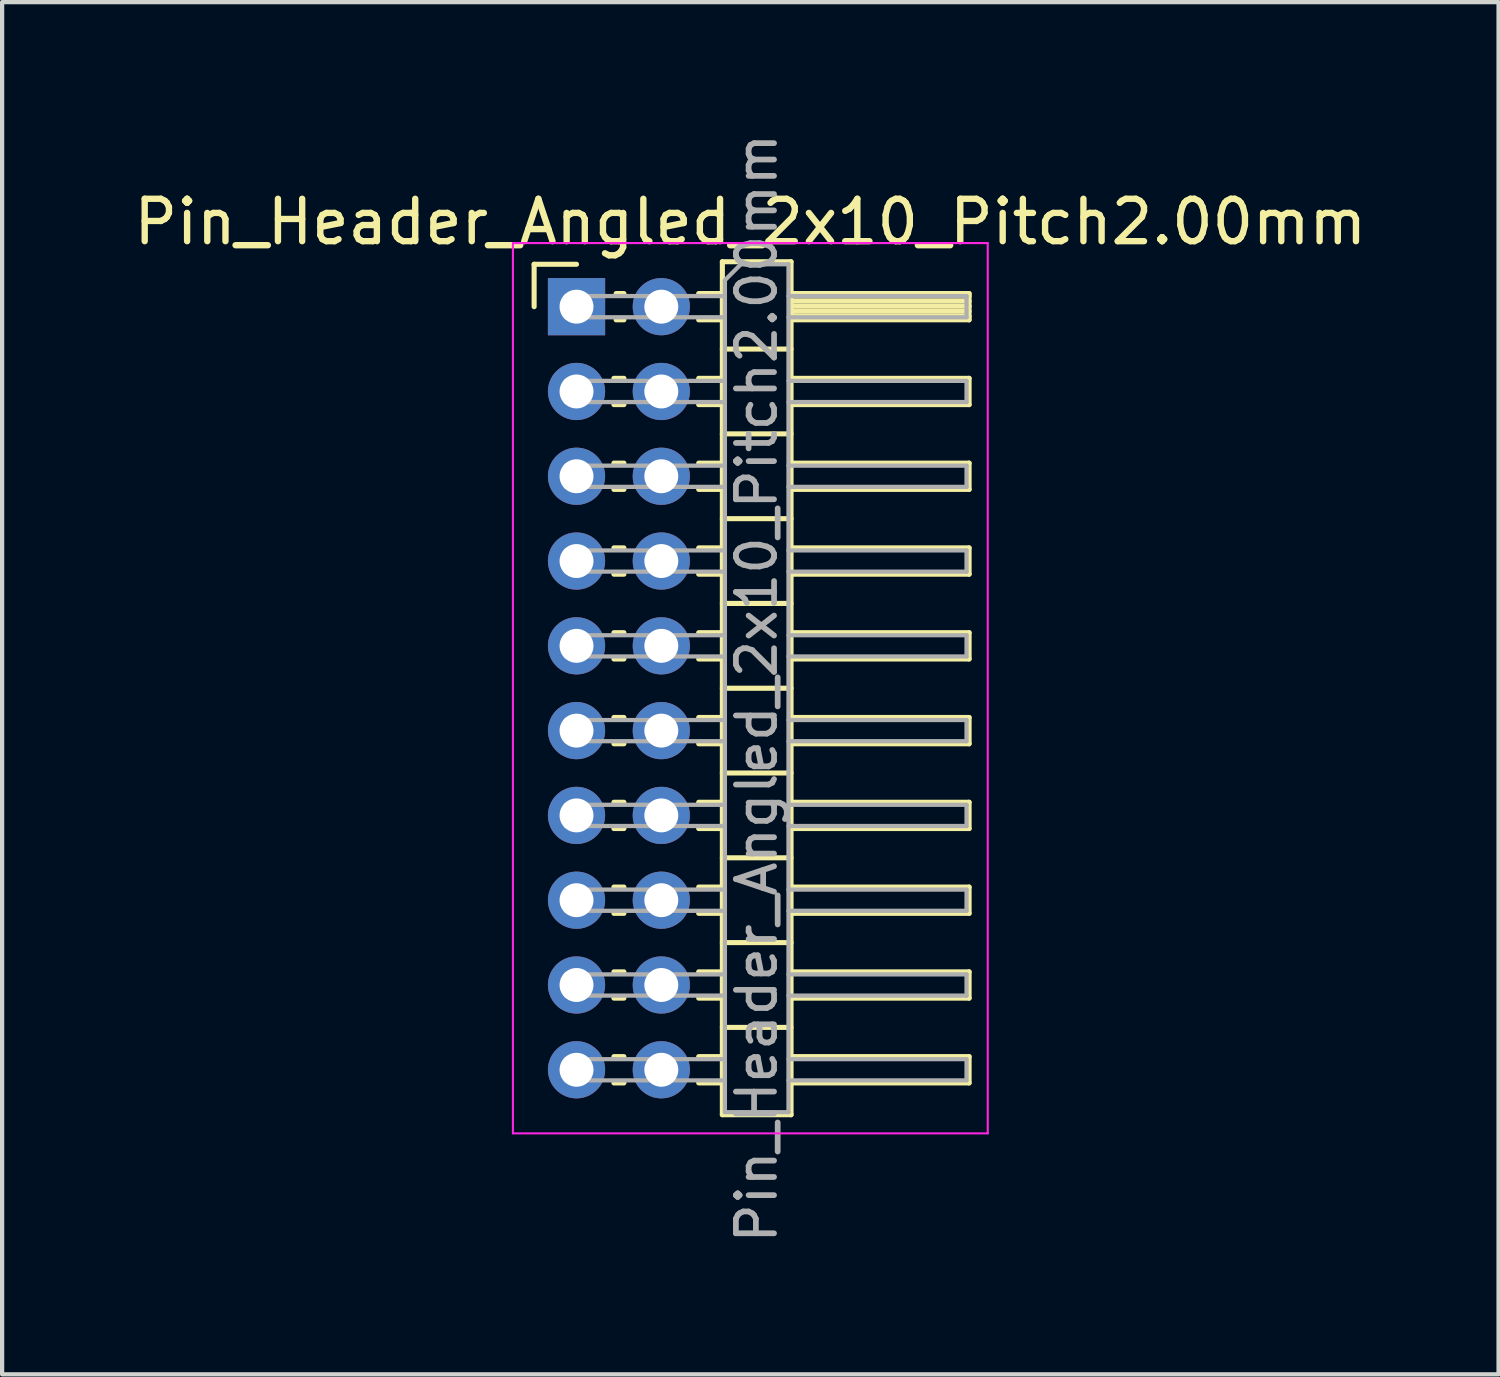
<source format=kicad_pcb>
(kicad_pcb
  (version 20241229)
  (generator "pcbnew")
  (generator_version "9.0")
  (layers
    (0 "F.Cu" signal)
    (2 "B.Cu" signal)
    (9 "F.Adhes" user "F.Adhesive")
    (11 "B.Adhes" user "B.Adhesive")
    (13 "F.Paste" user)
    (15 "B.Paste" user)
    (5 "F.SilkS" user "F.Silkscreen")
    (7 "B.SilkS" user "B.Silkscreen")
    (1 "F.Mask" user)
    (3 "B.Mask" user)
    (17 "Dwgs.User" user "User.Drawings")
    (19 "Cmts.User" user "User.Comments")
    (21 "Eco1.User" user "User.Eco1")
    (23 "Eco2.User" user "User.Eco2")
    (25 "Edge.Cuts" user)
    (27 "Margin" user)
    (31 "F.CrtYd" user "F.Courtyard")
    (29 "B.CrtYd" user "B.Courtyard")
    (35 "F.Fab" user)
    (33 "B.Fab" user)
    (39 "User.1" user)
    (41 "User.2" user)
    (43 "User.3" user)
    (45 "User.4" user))
  (footprint "Pin_Header_Angled_2x10_Pitch2.00mm"
    (layer "F.Cu")
    (at 10.549 4.184)
    (property "Reference" "Pin_Header_Angled_2x10_Pitch2.00mm" (at 4.1 -2 0) (layer "F.SilkS") (effects (font (size 1 1) (thickness 0.15))))
    (attr through_hole)
    (fp_line (start -1 -1) (end 0 -1) (stroke (width 0.12) (type solid)) (layer "F.SilkS"))
    (fp_line (start -1 0) (end -1 -1) (stroke (width 0.12) (type solid)) (layer "F.SilkS"))
    (fp_line (start 0.882 1.69) (end 1.118 1.69) (stroke (width 0.12) (type solid)) (layer "F.SilkS"))
    (fp_line (start 0.882 2.31) (end 1.118 2.31) (stroke (width 0.12) (type solid)) (layer "F.SilkS"))
    (fp_line (start 0.882 3.69) (end 1.118 3.69) (stroke (width 0.12) (type solid)) (layer "F.SilkS"))
    (fp_line (start 0.882 4.31) (end 1.118 4.31) (stroke (width 0.12) (type solid)) (layer "F.SilkS"))
    (fp_line (start 0.882 5.69) (end 1.118 5.69) (stroke (width 0.12) (type solid)) (layer "F.SilkS"))
    (fp_line (start 0.882 6.31) (end 1.118 6.31) (stroke (width 0.12) (type solid)) (layer "F.SilkS"))
    (fp_line (start 0.882 7.69) (end 1.118 7.69) (stroke (width 0.12) (type solid)) (layer "F.SilkS"))
    (fp_line (start 0.882 8.31) (end 1.118 8.31) (stroke (width 0.12) (type solid)) (layer "F.SilkS"))
    (fp_line (start 0.882 9.69) (end 1.118 9.69) (stroke (width 0.12) (type solid)) (layer "F.SilkS"))
    (fp_line (start 0.882 10.31) (end 1.118 10.31) (stroke (width 0.12) (type solid)) (layer "F.SilkS"))
    (fp_line (start 0.882 11.69) (end 1.118 11.69) (stroke (width 0.12) (type solid)) (layer "F.SilkS"))
    (fp_line (start 0.882 12.31) (end 1.118 12.31) (stroke (width 0.12) (type solid)) (layer "F.SilkS"))
    (fp_line (start 0.882 13.69) (end 1.118 13.69) (stroke (width 0.12) (type solid)) (layer "F.SilkS"))
    (fp_line (start 0.882 14.31) (end 1.118 14.31) (stroke (width 0.12) (type solid)) (layer "F.SilkS"))
    (fp_line (start 0.882 15.69) (end 1.118 15.69) (stroke (width 0.12) (type solid)) (layer "F.SilkS"))
    (fp_line (start 0.882 16.31) (end 1.118 16.31) (stroke (width 0.12) (type solid)) (layer "F.SilkS"))
    (fp_line (start 0.882 17.69) (end 1.118 17.69) (stroke (width 0.12) (type solid)) (layer "F.SilkS"))
    (fp_line (start 0.882 18.31) (end 1.118 18.31) (stroke (width 0.12) (type solid)) (layer "F.SilkS"))
    (fp_line (start 0.935 -0.31) (end 1.118 -0.31) (stroke (width 0.12) (type solid)) (layer "F.SilkS"))
    (fp_line (start 0.935 0.31) (end 1.118 0.31) (stroke (width 0.12) (type solid)) (layer "F.SilkS"))
    (fp_line (start 2.882 -0.31) (end 3.44 -0.31) (stroke (width 0.12) (type solid)) (layer "F.SilkS"))
    (fp_line (start 2.882 0.31) (end 3.44 0.31) (stroke (width 0.12) (type solid)) (layer "F.SilkS"))
    (fp_line (start 2.882 1.69) (end 3.44 1.69) (stroke (width 0.12) (type solid)) (layer "F.SilkS"))
    (fp_line (start 2.882 2.31) (end 3.44 2.31) (stroke (width 0.12) (type solid)) (layer "F.SilkS"))
    (fp_line (start 2.882 3.69) (end 3.44 3.69) (stroke (width 0.12) (type solid)) (layer "F.SilkS"))
    (fp_line (start 2.882 4.31) (end 3.44 4.31) (stroke (width 0.12) (type solid)) (layer "F.SilkS"))
    (fp_line (start 2.882 5.69) (end 3.44 5.69) (stroke (width 0.12) (type solid)) (layer "F.SilkS"))
    (fp_line (start 2.882 6.31) (end 3.44 6.31) (stroke (width 0.12) (type solid)) (layer "F.SilkS"))
    (fp_line (start 2.882 7.69) (end 3.44 7.69) (stroke (width 0.12) (type solid)) (layer "F.SilkS"))
    (fp_line (start 2.882 8.31) (end 3.44 8.31) (stroke (width 0.12) (type solid)) (layer "F.SilkS"))
    (fp_line (start 2.882 9.69) (end 3.44 9.69) (stroke (width 0.12) (type solid)) (layer "F.SilkS"))
    (fp_line (start 2.882 10.31) (end 3.44 10.31) (stroke (width 0.12) (type solid)) (layer "F.SilkS"))
    (fp_line (start 2.882 11.69) (end 3.44 11.69) (stroke (width 0.12) (type solid)) (layer "F.SilkS"))
    (fp_line (start 2.882 12.31) (end 3.44 12.31) (stroke (width 0.12) (type solid)) (layer "F.SilkS"))
    (fp_line (start 2.882 13.69) (end 3.44 13.69) (stroke (width 0.12) (type solid)) (layer "F.SilkS"))
    (fp_line (start 2.882 14.31) (end 3.44 14.31) (stroke (width 0.12) (type solid)) (layer "F.SilkS"))
    (fp_line (start 2.882 15.69) (end 3.44 15.69) (stroke (width 0.12) (type solid)) (layer "F.SilkS"))
    (fp_line (start 2.882 16.31) (end 3.44 16.31) (stroke (width 0.12) (type solid)) (layer "F.SilkS"))
    (fp_line (start 2.882 17.69) (end 3.44 17.69) (stroke (width 0.12) (type solid)) (layer "F.SilkS"))
    (fp_line (start 2.882 18.31) (end 3.44 18.31) (stroke (width 0.12) (type solid)) (layer "F.SilkS"))
    (fp_line (start 3.44 -1.06) (end 3.44 19.06) (stroke (width 0.12) (type solid)) (layer "F.SilkS"))
    (fp_line (start 3.44 1) (end 5.06 1) (stroke (width 0.12) (type solid)) (layer "F.SilkS"))
    (fp_line (start 3.44 3) (end 5.06 3) (stroke (width 0.12) (type solid)) (layer "F.SilkS"))
    (fp_line (start 3.44 5) (end 5.06 5) (stroke (width 0.12) (type solid)) (layer "F.SilkS"))
    (fp_line (start 3.44 7) (end 5.06 7) (stroke (width 0.12) (type solid)) (layer "F.SilkS"))
    (fp_line (start 3.44 9) (end 5.06 9) (stroke (width 0.12) (type solid)) (layer "F.SilkS"))
    (fp_line (start 3.44 11) (end 5.06 11) (stroke (width 0.12) (type solid)) (layer "F.SilkS"))
    (fp_line (start 3.44 13) (end 5.06 13) (stroke (width 0.12) (type solid)) (layer "F.SilkS"))
    (fp_line (start 3.44 15) (end 5.06 15) (stroke (width 0.12) (type solid)) (layer "F.SilkS"))
    (fp_line (start 3.44 17) (end 5.06 17) (stroke (width 0.12) (type solid)) (layer "F.SilkS"))
    (fp_line (start 3.44 19.06) (end 5.06 19.06) (stroke (width 0.12) (type solid)) (layer "F.SilkS"))
    (fp_line (start 5.06 -1.06) (end 3.44 -1.06) (stroke (width 0.12) (type solid)) (layer "F.SilkS"))
    (fp_line (start 5.06 -0.31) (end 9.26 -0.31) (stroke (width 0.12) (type solid)) (layer "F.SilkS"))
    (fp_line (start 5.06 -0.25) (end 9.26 -0.25) (stroke (width 0.12) (type solid)) (layer "F.SilkS"))
    (fp_line (start 5.06 -0.13) (end 9.26 -0.13) (stroke (width 0.12) (type solid)) (layer "F.SilkS"))
    (fp_line (start 5.06 -0.01) (end 9.26 -0.01) (stroke (width 0.12) (type solid)) (layer "F.SilkS"))
    (fp_line (start 5.06 0.11) (end 9.26 0.11) (stroke (width 0.12) (type solid)) (layer "F.SilkS"))
    (fp_line (start 5.06 0.23) (end 9.26 0.23) (stroke (width 0.12) (type solid)) (layer "F.SilkS"))
    (fp_line (start 5.06 1.69) (end 9.26 1.69) (stroke (width 0.12) (type solid)) (layer "F.SilkS"))
    (fp_line (start 5.06 3.69) (end 9.26 3.69) (stroke (width 0.12) (type solid)) (layer "F.SilkS"))
    (fp_line (start 5.06 5.69) (end 9.26 5.69) (stroke (width 0.12) (type solid)) (layer "F.SilkS"))
    (fp_line (start 5.06 7.69) (end 9.26 7.69) (stroke (width 0.12) (type solid)) (layer "F.SilkS"))
    (fp_line (start 5.06 9.69) (end 9.26 9.69) (stroke (width 0.12) (type solid)) (layer "F.SilkS"))
    (fp_line (start 5.06 11.69) (end 9.26 11.69) (stroke (width 0.12) (type solid)) (layer "F.SilkS"))
    (fp_line (start 5.06 13.69) (end 9.26 13.69) (stroke (width 0.12) (type solid)) (layer "F.SilkS"))
    (fp_line (start 5.06 15.69) (end 9.26 15.69) (stroke (width 0.12) (type solid)) (layer "F.SilkS"))
    (fp_line (start 5.06 17.69) (end 9.26 17.69) (stroke (width 0.12) (type solid)) (layer "F.SilkS"))
    (fp_line (start 5.06 19.06) (end 5.06 -1.06) (stroke (width 0.12) (type solid)) (layer "F.SilkS"))
    (fp_line (start 9.26 -0.31) (end 9.26 0.31) (stroke (width 0.12) (type solid)) (layer "F.SilkS"))
    (fp_line (start 9.26 0.31) (end 5.06 0.31) (stroke (width 0.12) (type solid)) (layer "F.SilkS"))
    (fp_line (start 9.26 1.69) (end 9.26 2.31) (stroke (width 0.12) (type solid)) (layer "F.SilkS"))
    (fp_line (start 9.26 2.31) (end 5.06 2.31) (stroke (width 0.12) (type solid)) (layer "F.SilkS"))
    (fp_line (start 9.26 3.69) (end 9.26 4.31) (stroke (width 0.12) (type solid)) (layer "F.SilkS"))
    (fp_line (start 9.26 4.31) (end 5.06 4.31) (stroke (width 0.12) (type solid)) (layer "F.SilkS"))
    (fp_line (start 9.26 5.69) (end 9.26 6.31) (stroke (width 0.12) (type solid)) (layer "F.SilkS"))
    (fp_line (start 9.26 6.31) (end 5.06 6.31) (stroke (width 0.12) (type solid)) (layer "F.SilkS"))
    (fp_line (start 9.26 7.69) (end 9.26 8.31) (stroke (width 0.12) (type solid)) (layer "F.SilkS"))
    (fp_line (start 9.26 8.31) (end 5.06 8.31) (stroke (width 0.12) (type solid)) (layer "F.SilkS"))
    (fp_line (start 9.26 9.69) (end 9.26 10.31) (stroke (width 0.12) (type solid)) (layer "F.SilkS"))
    (fp_line (start 9.26 10.31) (end 5.06 10.31) (stroke (width 0.12) (type solid)) (layer "F.SilkS"))
    (fp_line (start 9.26 11.69) (end 9.26 12.31) (stroke (width 0.12) (type solid)) (layer "F.SilkS"))
    (fp_line (start 9.26 12.31) (end 5.06 12.31) (stroke (width 0.12) (type solid)) (layer "F.SilkS"))
    (fp_line (start 9.26 13.69) (end 9.26 14.31) (stroke (width 0.12) (type solid)) (layer "F.SilkS"))
    (fp_line (start 9.26 14.31) (end 5.06 14.31) (stroke (width 0.12) (type solid)) (layer "F.SilkS"))
    (fp_line (start 9.26 15.69) (end 9.26 16.31) (stroke (width 0.12) (type solid)) (layer "F.SilkS"))
    (fp_line (start 9.26 16.31) (end 5.06 16.31) (stroke (width 0.12) (type solid)) (layer "F.SilkS"))
    (fp_line (start 9.26 17.69) (end 9.26 18.31) (stroke (width 0.12) (type solid)) (layer "F.SilkS"))
    (fp_line (start 9.26 18.31) (end 5.06 18.31) (stroke (width 0.12) (type solid)) (layer "F.SilkS"))
    (fp_line (start -1.5 -1.5) (end -1.5 19.5) (stroke (width 0.05) (type solid)) (layer "F.CrtYd"))
    (fp_line (start -1.5 19.5) (end 9.7 19.5) (stroke (width 0.05) (type solid)) (layer "F.CrtYd"))
    (fp_line (start 9.7 -1.5) (end -1.5 -1.5) (stroke (width 0.05) (type solid)) (layer "F.CrtYd"))
    (fp_line (start 9.7 19.5) (end 9.7 -1.5) (stroke (width 0.05) (type solid)) (layer "F.CrtYd"))
    (fp_line (start -0.25 -0.25) (end -0.25 0.25) (stroke (width 0.1) (type solid)) (layer "F.Fab"))
    (fp_line (start -0.25 -0.25) (end 3.5 -0.25) (stroke (width 0.1) (type solid)) (layer "F.Fab"))
    (fp_line (start -0.25 0.25) (end 3.5 0.25) (stroke (width 0.1) (type solid)) (layer "F.Fab"))
    (fp_line (start -0.25 1.75) (end -0.25 2.25) (stroke (width 0.1) (type solid)) (layer "F.Fab"))
    (fp_line (start -0.25 1.75) (end 3.5 1.75) (stroke (width 0.1) (type solid)) (layer "F.Fab"))
    (fp_line (start -0.25 2.25) (end 3.5 2.25) (stroke (width 0.1) (type solid)) (layer "F.Fab"))
    (fp_line (start -0.25 3.75) (end -0.25 4.25) (stroke (width 0.1) (type solid)) (layer "F.Fab"))
    (fp_line (start -0.25 3.75) (end 3.5 3.75) (stroke (width 0.1) (type solid)) (layer "F.Fab"))
    (fp_line (start -0.25 4.25) (end 3.5 4.25) (stroke (width 0.1) (type solid)) (layer "F.Fab"))
    (fp_line (start -0.25 5.75) (end -0.25 6.25) (stroke (width 0.1) (type solid)) (layer "F.Fab"))
    (fp_line (start -0.25 5.75) (end 3.5 5.75) (stroke (width 0.1) (type solid)) (layer "F.Fab"))
    (fp_line (start -0.25 6.25) (end 3.5 6.25) (stroke (width 0.1) (type solid)) (layer "F.Fab"))
    (fp_line (start -0.25 7.75) (end -0.25 8.25) (stroke (width 0.1) (type solid)) (layer "F.Fab"))
    (fp_line (start -0.25 7.75) (end 3.5 7.75) (stroke (width 0.1) (type solid)) (layer "F.Fab"))
    (fp_line (start -0.25 8.25) (end 3.5 8.25) (stroke (width 0.1) (type solid)) (layer "F.Fab"))
    (fp_line (start -0.25 9.75) (end -0.25 10.25) (stroke (width 0.1) (type solid)) (layer "F.Fab"))
    (fp_line (start -0.25 9.75) (end 3.5 9.75) (stroke (width 0.1) (type solid)) (layer "F.Fab"))
    (fp_line (start -0.25 10.25) (end 3.5 10.25) (stroke (width 0.1) (type solid)) (layer "F.Fab"))
    (fp_line (start -0.25 11.75) (end -0.25 12.25) (stroke (width 0.1) (type solid)) (layer "F.Fab"))
    (fp_line (start -0.25 11.75) (end 3.5 11.75) (stroke (width 0.1) (type solid)) (layer "F.Fab"))
    (fp_line (start -0.25 12.25) (end 3.5 12.25) (stroke (width 0.1) (type solid)) (layer "F.Fab"))
    (fp_line (start -0.25 13.75) (end -0.25 14.25) (stroke (width 0.1) (type solid)) (layer "F.Fab"))
    (fp_line (start -0.25 13.75) (end 3.5 13.75) (stroke (width 0.1) (type solid)) (layer "F.Fab"))
    (fp_line (start -0.25 14.25) (end 3.5 14.25) (stroke (width 0.1) (type solid)) (layer "F.Fab"))
    (fp_line (start -0.25 15.75) (end -0.25 16.25) (stroke (width 0.1) (type solid)) (layer "F.Fab"))
    (fp_line (start -0.25 15.75) (end 3.5 15.75) (stroke (width 0.1) (type solid)) (layer "F.Fab"))
    (fp_line (start -0.25 16.25) (end 3.5 16.25) (stroke (width 0.1) (type solid)) (layer "F.Fab"))
    (fp_line (start -0.25 17.75) (end -0.25 18.25) (stroke (width 0.1) (type solid)) (layer "F.Fab"))
    (fp_line (start -0.25 17.75) (end 3.5 17.75) (stroke (width 0.1) (type solid)) (layer "F.Fab"))
    (fp_line (start -0.25 18.25) (end 3.5 18.25) (stroke (width 0.1) (type solid)) (layer "F.Fab"))
    (fp_line (start 3.5 -0.625) (end 3.875 -1) (stroke (width 0.1) (type solid)) (layer "F.Fab"))
    (fp_line (start 3.5 19) (end 3.5 -0.625) (stroke (width 0.1) (type solid)) (layer "F.Fab"))
    (fp_line (start 3.875 -1) (end 5 -1) (stroke (width 0.1) (type solid)) (layer "F.Fab"))
    (fp_line (start 5 -1) (end 5 19) (stroke (width 0.1) (type solid)) (layer "F.Fab"))
    (fp_line (start 5 -0.25) (end 9.2 -0.25) (stroke (width 0.1) (type solid)) (layer "F.Fab"))
    (fp_line (start 5 0.25) (end 9.2 0.25) (stroke (width 0.1) (type solid)) (layer "F.Fab"))
    (fp_line (start 5 1.75) (end 9.2 1.75) (stroke (width 0.1) (type solid)) (layer "F.Fab"))
    (fp_line (start 5 2.25) (end 9.2 2.25) (stroke (width 0.1) (type solid)) (layer "F.Fab"))
    (fp_line (start 5 3.75) (end 9.2 3.75) (stroke (width 0.1) (type solid)) (layer "F.Fab"))
    (fp_line (start 5 4.25) (end 9.2 4.25) (stroke (width 0.1) (type solid)) (layer "F.Fab"))
    (fp_line (start 5 5.75) (end 9.2 5.75) (stroke (width 0.1) (type solid)) (layer "F.Fab"))
    (fp_line (start 5 6.25) (end 9.2 6.25) (stroke (width 0.1) (type solid)) (layer "F.Fab"))
    (fp_line (start 5 7.75) (end 9.2 7.75) (stroke (width 0.1) (type solid)) (layer "F.Fab"))
    (fp_line (start 5 8.25) (end 9.2 8.25) (stroke (width 0.1) (type solid)) (layer "F.Fab"))
    (fp_line (start 5 9.75) (end 9.2 9.75) (stroke (width 0.1) (type solid)) (layer "F.Fab"))
    (fp_line (start 5 10.25) (end 9.2 10.25) (stroke (width 0.1) (type solid)) (layer "F.Fab"))
    (fp_line (start 5 11.75) (end 9.2 11.75) (stroke (width 0.1) (type solid)) (layer "F.Fab"))
    (fp_line (start 5 12.25) (end 9.2 12.25) (stroke (width 0.1) (type solid)) (layer "F.Fab"))
    (fp_line (start 5 13.75) (end 9.2 13.75) (stroke (width 0.1) (type solid)) (layer "F.Fab"))
    (fp_line (start 5 14.25) (end 9.2 14.25) (stroke (width 0.1) (type solid)) (layer "F.Fab"))
    (fp_line (start 5 15.75) (end 9.2 15.75) (stroke (width 0.1) (type solid)) (layer "F.Fab"))
    (fp_line (start 5 16.25) (end 9.2 16.25) (stroke (width 0.1) (type solid)) (layer "F.Fab"))
    (fp_line (start 5 17.75) (end 9.2 17.75) (stroke (width 0.1) (type solid)) (layer "F.Fab"))
    (fp_line (start 5 18.25) (end 9.2 18.25) (stroke (width 0.1) (type solid)) (layer "F.Fab"))
    (fp_line (start 5 19) (end 3.5 19) (stroke (width 0.1) (type solid)) (layer "F.Fab"))
    (fp_line (start 9.2 -0.25) (end 9.2 0.25) (stroke (width 0.1) (type solid)) (layer "F.Fab"))
    (fp_line (start 9.2 1.75) (end 9.2 2.25) (stroke (width 0.1) (type solid)) (layer "F.Fab"))
    (fp_line (start 9.2 3.75) (end 9.2 4.25) (stroke (width 0.1) (type solid)) (layer "F.Fab"))
    (fp_line (start 9.2 5.75) (end 9.2 6.25) (stroke (width 0.1) (type solid)) (layer "F.Fab"))
    (fp_line (start 9.2 7.75) (end 9.2 8.25) (stroke (width 0.1) (type solid)) (layer "F.Fab"))
    (fp_line (start 9.2 9.75) (end 9.2 10.25) (stroke (width 0.1) (type solid)) (layer "F.Fab"))
    (fp_line (start 9.2 11.75) (end 9.2 12.25) (stroke (width 0.1) (type solid)) (layer "F.Fab"))
    (fp_line (start 9.2 13.75) (end 9.2 14.25) (stroke (width 0.1) (type solid)) (layer "F.Fab"))
    (fp_line (start 9.2 15.75) (end 9.2 16.25) (stroke (width 0.1) (type solid)) (layer "F.Fab"))
    (fp_line (start 9.2 17.75) (end 9.2 18.25) (stroke (width 0.1) (type solid)) (layer "F.Fab"))
    (fp_text user "${REFERENCE}" (at 4.25 9 90) (layer "F.Fab") (effects (font (size 0.9 0.9) (thickness 0.135))))
    (pad "1" thru_hole rect (at 0 0) (size 1.35 1.35) (drill 0.8) (layers "*.Cu" "*.Mask"))
    (pad "2" thru_hole oval (at 2 0) (size 1.35 1.35) (drill 0.8) (layers "*.Cu" "*.Mask"))
    (pad "3" thru_hole oval (at 0 2) (size 1.35 1.35) (drill 0.8) (layers "*.Cu" "*.Mask"))
    (pad "4" thru_hole oval (at 2 2) (size 1.35 1.35) (drill 0.8) (layers "*.Cu" "*.Mask"))
    (pad "5" thru_hole oval (at 0 4) (size 1.35 1.35) (drill 0.8) (layers "*.Cu" "*.Mask"))
    (pad "6" thru_hole oval (at 2 4) (size 1.35 1.35) (drill 0.8) (layers "*.Cu" "*.Mask"))
    (pad "7" thru_hole oval (at 0 6) (size 1.35 1.35) (drill 0.8) (layers "*.Cu" "*.Mask"))
    (pad "8" thru_hole oval (at 2 6) (size 1.35 1.35) (drill 0.8) (layers "*.Cu" "*.Mask"))
    (pad "9" thru_hole oval (at 0 8) (size 1.35 1.35) (drill 0.8) (layers "*.Cu" "*.Mask"))
    (pad "10" thru_hole oval (at 2 8) (size 1.35 1.35) (drill 0.8) (layers "*.Cu" "*.Mask"))
    (pad "11" thru_hole oval (at 0 10) (size 1.35 1.35) (drill 0.8) (layers "*.Cu" "*.Mask"))
    (pad "12" thru_hole oval (at 2 10) (size 1.35 1.35) (drill 0.8) (layers "*.Cu" "*.Mask"))
    (pad "13" thru_hole oval (at 0 12) (size 1.35 1.35) (drill 0.8) (layers "*.Cu" "*.Mask"))
    (pad "14" thru_hole oval (at 2 12) (size 1.35 1.35) (drill 0.8) (layers "*.Cu" "*.Mask"))
    (pad "15" thru_hole oval (at 0 14) (size 1.35 1.35) (drill 0.8) (layers "*.Cu" "*.Mask"))
    (pad "16" thru_hole oval (at 2 14) (size 1.35 1.35) (drill 0.8) (layers "*.Cu" "*.Mask"))
    (pad "17" thru_hole oval (at 0 16) (size 1.35 1.35) (drill 0.8) (layers "*.Cu" "*.Mask"))
    (pad "18" thru_hole oval (at 2 16) (size 1.35 1.35) (drill 0.8) (layers "*.Cu" "*.Mask"))
    (pad "19" thru_hole oval (at 0 18) (size 1.35 1.35) (drill 0.8) (layers "*.Cu" "*.Mask"))
    (pad "20" thru_hole oval (at 2 18) (size 1.35 1.35) (drill 0.8) (layers "*.Cu" "*.Mask")))
  (gr_rect
    (start -3 -3)
    (end 32.298 29.368)
    (stroke (width 0.1) (type default))
    (fill no)
    (layer "Edge.Cuts")))
</source>
